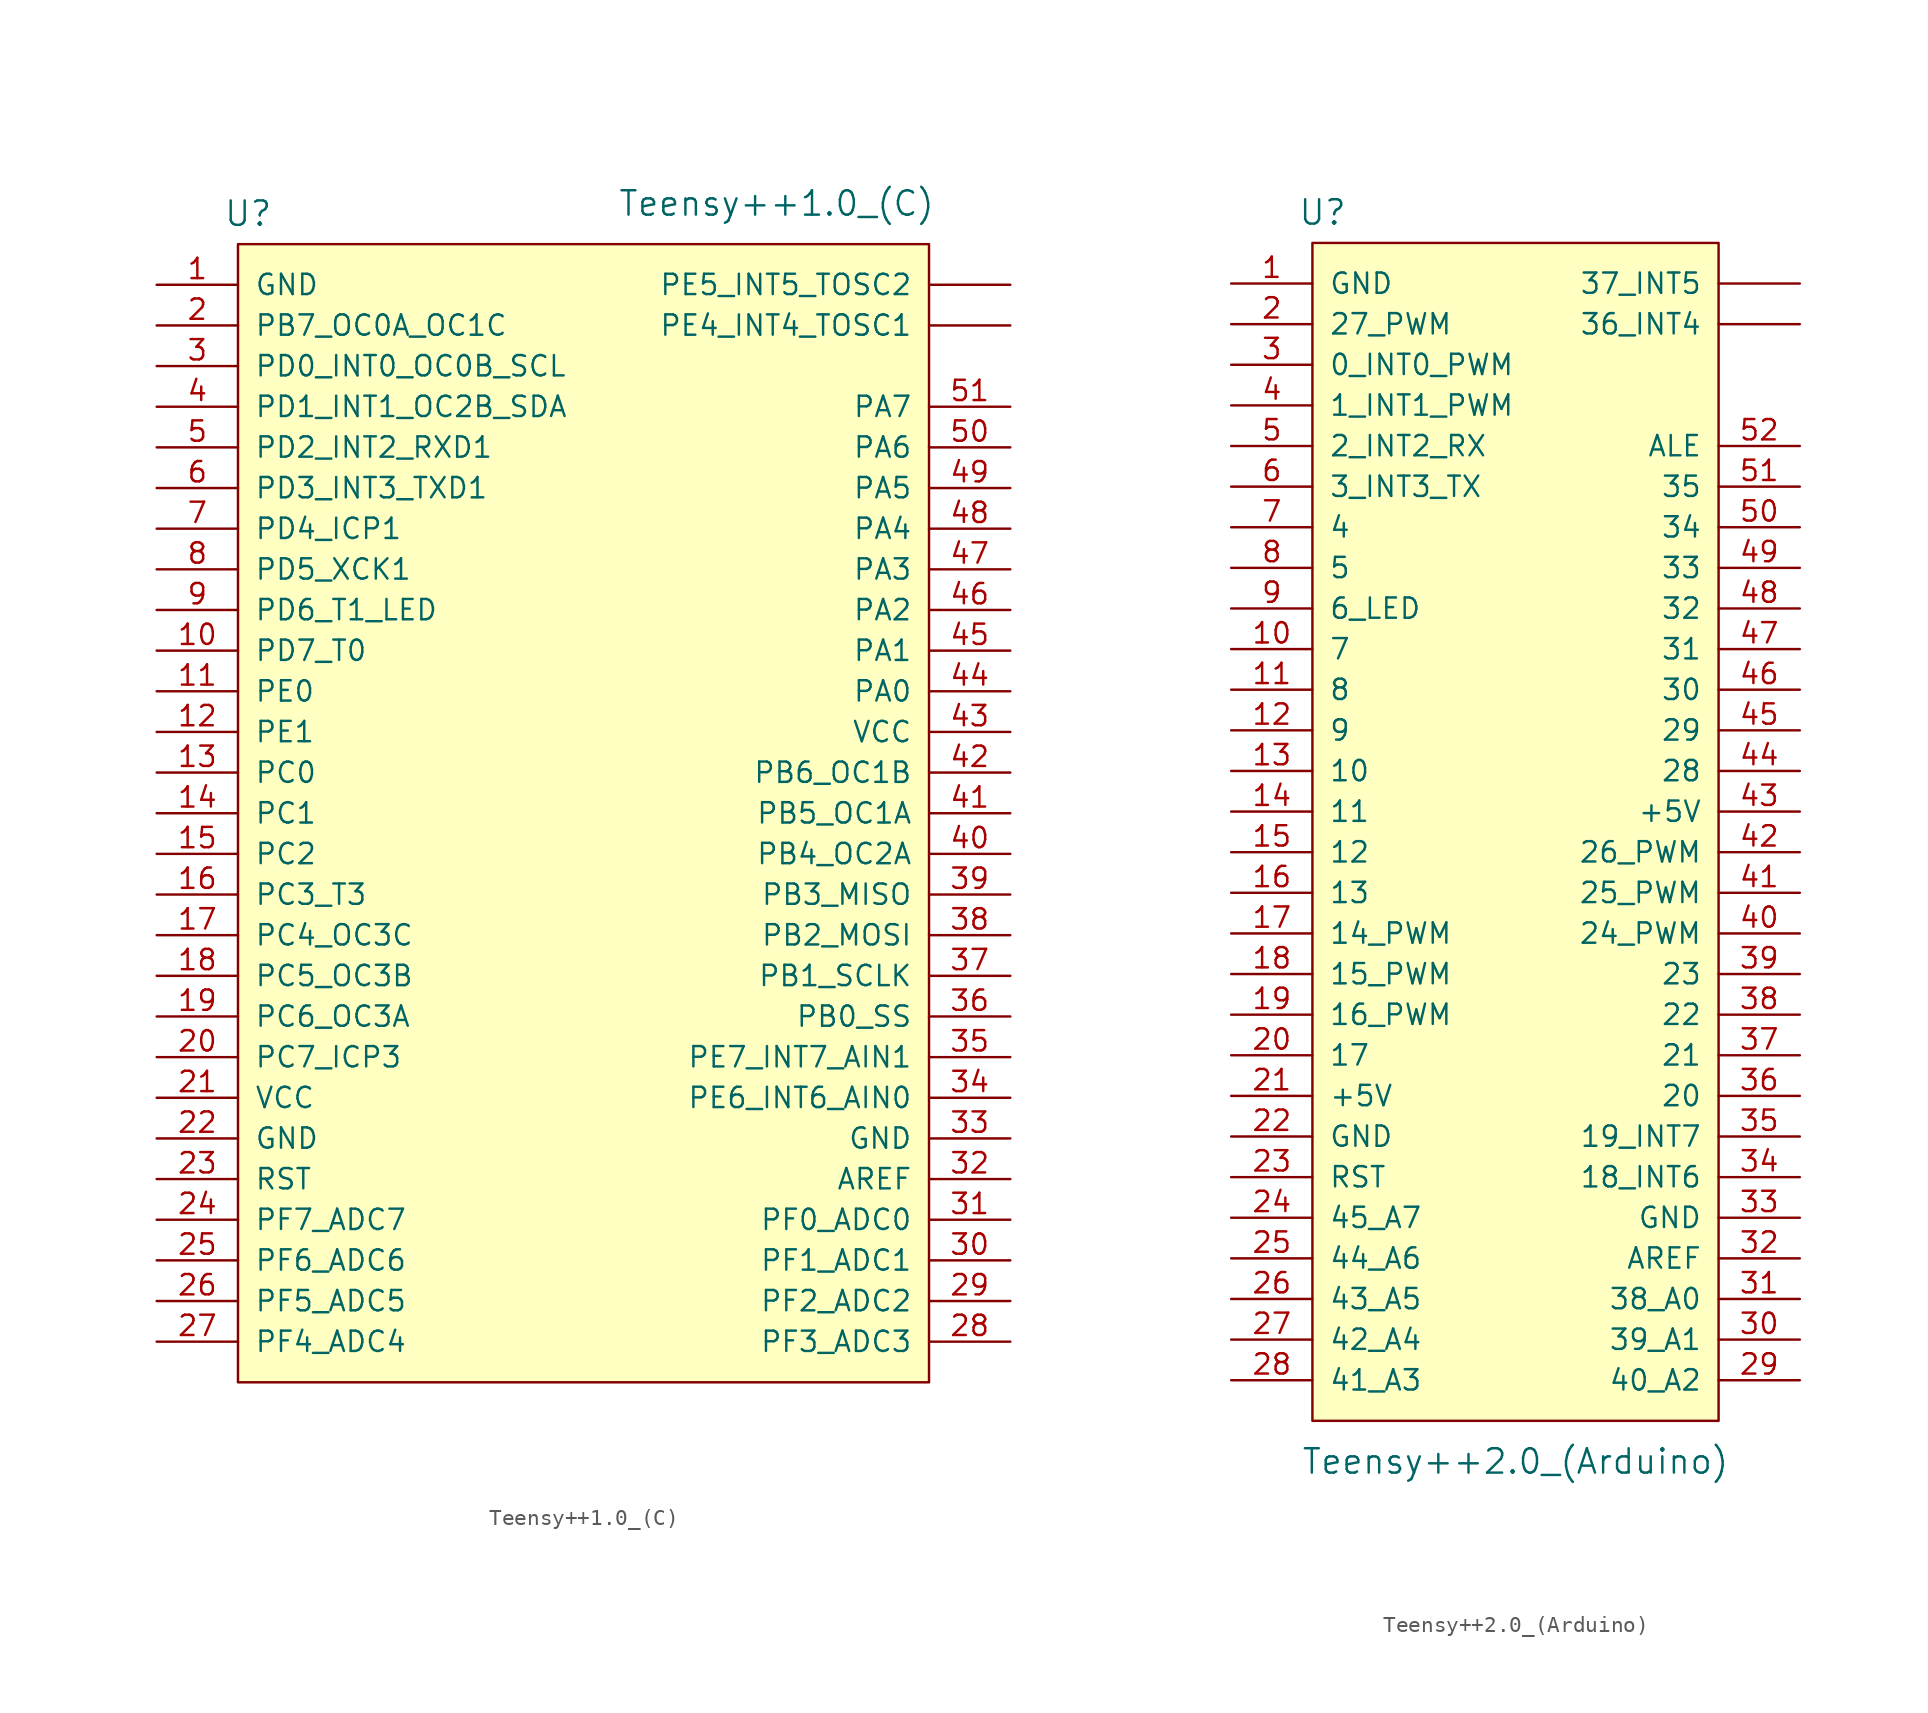
<source format=kicad_sym>
(kicad_symbol_lib
  (version 20231120)
  (generator "kicad_symbol_editor")
  (generator_version "8.0")
  (symbol "Teensy++1.0_(C)"
    (pin_names
      (offset 1.016))
    (property "Reference" "U"
      (at -20.955 37.465 0)
      (effects (font (size 1.524 1.524))))
    (property "Value" "Teensy++1.0_(C)"
      (at 12.065 38.1 0)
      (effects (font (size 1.524 1.524))))
    (symbol "Teensy++1.0_(C)_0_1"
      (rectangle (start -21.59 35.56) (end 21.59 -35.56) (stroke (width 0) (type default)) (fill (type background))))
    (symbol "Teensy++1.0_(C)_1_1"
      (pin power_in line (at -26.67 33.02 0) (length 5.08) (name "GND" (effects (font (size 1.27 1.27)))) (number "1" (effects (font (size 1.27 1.27)))))
      (pin bidirectional line (at -26.67 10.16 0) (length 5.08) (name "PD7_T0" (effects (font (size 1.27 1.27)))) (number "10" (effects (font (size 1.27 1.27)))))
      (pin bidirectional line (at -26.67 7.62 0) (length 5.08) (name "PE0" (effects (font (size 1.27 1.27)))) (number "11" (effects (font (size 1.27 1.27)))))
      (pin bidirectional line (at -26.67 5.08 0) (length 5.08) (name "PE1" (effects (font (size 1.27 1.27)))) (number "12" (effects (font (size 1.27 1.27)))))
      (pin bidirectional line (at -26.67 2.54 0) (length 5.08) (name "PC0" (effects (font (size 1.27 1.27)))) (number "13" (effects (font (size 1.27 1.27)))))
      (pin bidirectional line (at -26.67 0 0) (length 5.08) (name "PC1" (effects (font (size 1.27 1.27)))) (number "14" (effects (font (size 1.27 1.27)))))
      (pin bidirectional line (at -26.67 -2.54 0) (length 5.08) (name "PC2" (effects (font (size 1.27 1.27)))) (number "15" (effects (font (size 1.27 1.27)))))
      (pin bidirectional line (at -26.67 -5.08 0) (length 5.08) (name "PC3_T3" (effects (font (size 1.27 1.27)))) (number "16" (effects (font (size 1.27 1.27)))))
      (pin bidirectional line (at -26.67 -7.62 0) (length 5.08) (name "PC4_OC3C" (effects (font (size 1.27 1.27)))) (number "17" (effects (font (size 1.27 1.27)))))
      (pin bidirectional line (at -26.67 -10.16 0) (length 5.08) (name "PC5_OC3B" (effects (font (size 1.27 1.27)))) (number "18" (effects (font (size 1.27 1.27)))))
      (pin bidirectional line (at -26.67 -12.7 0) (length 5.08) (name "PC6_OC3A" (effects (font (size 1.27 1.27)))) (number "19" (effects (font (size 1.27 1.27)))))
      (pin bidirectional line (at -26.67 30.48 0) (length 5.08) (name "PB7_OC0A_OC1C" (effects (font (size 1.27 1.27)))) (number "2" (effects (font (size 1.27 1.27)))))
      (pin bidirectional line (at -26.67 -15.24 0) (length 5.08) (name "PC7_ICP3" (effects (font (size 1.27 1.27)))) (number "20" (effects (font (size 1.27 1.27)))))
      (pin power_in line (at -26.67 -17.78 0) (length 5.08) (name "VCC" (effects (font (size 1.27 1.27)))) (number "21" (effects (font (size 1.27 1.27)))))
      (pin power_in line (at -26.67 -20.32 0) (length 5.08) (name "GND" (effects (font (size 1.27 1.27)))) (number "22" (effects (font (size 1.27 1.27)))))
      (pin input line (at -26.67 -22.86 0) (length 5.08) (name "RST" (effects (font (size 1.27 1.27)))) (number "23" (effects (font (size 1.27 1.27)))))
      (pin bidirectional line (at -26.67 -25.4 0) (length 5.08) (name "PF7_ADC7" (effects (font (size 1.27 1.27)))) (number "24" (effects (font (size 1.27 1.27)))))
      (pin bidirectional line (at -26.67 -27.94 0) (length 5.08) (name "PF6_ADC6" (effects (font (size 1.27 1.27)))) (number "25" (effects (font (size 1.27 1.27)))))
      (pin bidirectional line (at -26.67 -30.48 0) (length 5.08) (name "PF5_ADC5" (effects (font (size 1.27 1.27)))) (number "26" (effects (font (size 1.27 1.27)))))
      (pin bidirectional line (at -26.67 -33.02 0) (length 5.08) (name "PF4_ADC4" (effects (font (size 1.27 1.27)))) (number "27" (effects (font (size 1.27 1.27)))))
      (pin bidirectional line (at 26.67 -33.02 180) (length 5.08) (name "PF3_ADC3" (effects (font (size 1.27 1.27)))) (number "28" (effects (font (size 1.27 1.27)))))
      (pin bidirectional line (at 26.67 -30.48 180) (length 5.08) (name "PF2_ADC2" (effects (font (size 1.27 1.27)))) (number "29" (effects (font (size 1.27 1.27)))))
      (pin bidirectional line (at -26.67 27.94 0) (length 5.08) (name "PD0_INT0_OC0B_SCL" (effects (font (size 1.27 1.27)))) (number "3" (effects (font (size 1.27 1.27)))))
      (pin bidirectional line (at 26.67 -27.94 180) (length 5.08) (name "PF1_ADC1" (effects (font (size 1.27 1.27)))) (number "30" (effects (font (size 1.27 1.27)))))
      (pin bidirectional line (at 26.67 -25.4 180) (length 5.08) (name "PF0_ADC0" (effects (font (size 1.27 1.27)))) (number "31" (effects (font (size 1.27 1.27)))))
      (pin input line (at 26.67 -22.86 180) (length 5.08) (name "AREF" (effects (font (size 1.27 1.27)))) (number "32" (effects (font (size 1.27 1.27)))))
      (pin power_in line (at 26.67 -20.32 180) (length 5.08) (name "GND" (effects (font (size 1.27 1.27)))) (number "33" (effects (font (size 1.27 1.27)))))
      (pin bidirectional line (at 26.67 -17.78 180) (length 5.08) (name "PE6_INT6_AIN0" (effects (font (size 1.27 1.27)))) (number "34" (effects (font (size 1.27 1.27)))))
      (pin bidirectional line (at 26.67 -15.24 180) (length 5.08) (name "PE7_INT7_AIN1" (effects (font (size 1.27 1.27)))) (number "35" (effects (font (size 1.27 1.27)))))
      (pin bidirectional line (at 26.67 -12.7 180) (length 5.08) (name "PB0_SS" (effects (font (size 1.27 1.27)))) (number "36" (effects (font (size 1.27 1.27)))))
      (pin bidirectional line (at 26.67 -10.16 180) (length 5.08) (name "PB1_SCLK" (effects (font (size 1.27 1.27)))) (number "37" (effects (font (size 1.27 1.27)))))
      (pin bidirectional line (at 26.67 -7.62 180) (length 5.08) (name "PB2_MOSI" (effects (font (size 1.27 1.27)))) (number "38" (effects (font (size 1.27 1.27)))))
      (pin bidirectional line (at 26.67 -5.08 180) (length 5.08) (name "PB3_MISO" (effects (font (size 1.27 1.27)))) (number "39" (effects (font (size 1.27 1.27)))))
      (pin bidirectional line (at -26.67 25.4 0) (length 5.08) (name "PD1_INT1_OC2B_SDA" (effects (font (size 1.27 1.27)))) (number "4" (effects (font (size 1.27 1.27)))))
      (pin bidirectional line (at 26.67 -2.54 180) (length 5.08) (name "PB4_OC2A" (effects (font (size 1.27 1.27)))) (number "40" (effects (font (size 1.27 1.27)))))
      (pin bidirectional line (at 26.67 0 180) (length 5.08) (name "PB5_OC1A" (effects (font (size 1.27 1.27)))) (number "41" (effects (font (size 1.27 1.27)))))
      (pin bidirectional line (at 26.67 2.54 180) (length 5.08) (name "PB6_OC1B" (effects (font (size 1.27 1.27)))) (number "42" (effects (font (size 1.27 1.27)))))
      (pin power_in line (at 26.67 5.08 180) (length 5.08) (name "VCC" (effects (font (size 1.27 1.27)))) (number "43" (effects (font (size 1.27 1.27)))))
      (pin bidirectional line (at 26.67 7.62 180) (length 5.08) (name "PA0" (effects (font (size 1.27 1.27)))) (number "44" (effects (font (size 1.27 1.27)))))
      (pin bidirectional line (at 26.67 10.16 180) (length 5.08) (name "PA1" (effects (font (size 1.27 1.27)))) (number "45" (effects (font (size 1.27 1.27)))))
      (pin bidirectional line (at 26.67 12.7 180) (length 5.08) (name "PA2" (effects (font (size 1.27 1.27)))) (number "46" (effects (font (size 1.27 1.27)))))
      (pin bidirectional line (at 26.67 15.24 180) (length 5.08) (name "PA3" (effects (font (size 1.27 1.27)))) (number "47" (effects (font (size 1.27 1.27)))))
      (pin bidirectional line (at 26.67 17.78 180) (length 5.08) (name "PA4" (effects (font (size 1.27 1.27)))) (number "48" (effects (font (size 1.27 1.27)))))
      (pin bidirectional line (at 26.67 20.32 180) (length 5.08) (name "PA5" (effects (font (size 1.27 1.27)))) (number "49" (effects (font (size 1.27 1.27)))))
      (pin bidirectional line (at -26.67 22.86 0) (length 5.08) (name "PD2_INT2_RXD1" (effects (font (size 1.27 1.27)))) (number "5" (effects (font (size 1.27 1.27)))))
      (pin bidirectional line (at 26.67 22.86 180) (length 5.08) (name "PA6" (effects (font (size 1.27 1.27)))) (number "50" (effects (font (size 1.27 1.27)))))
      (pin bidirectional line (at 26.67 25.4 180) (length 5.08) (name "PA7" (effects (font (size 1.27 1.27)))) (number "51" (effects (font (size 1.27 1.27)))))
      (pin bidirectional line (at -26.67 20.32 0) (length 5.08) (name "PD3_INT3_TXD1" (effects (font (size 1.27 1.27)))) (number "6" (effects (font (size 1.27 1.27)))))
      (pin bidirectional line (at -26.67 17.78 0) (length 5.08) (name "PD4_ICP1" (effects (font (size 1.27 1.27)))) (number "7" (effects (font (size 1.27 1.27)))))
      (pin bidirectional line (at -26.67 15.24 0) (length 5.08) (name "PD5_XCK1" (effects (font (size 1.27 1.27)))) (number "8" (effects (font (size 1.27 1.27)))))
      (pin bidirectional line (at -26.67 12.7 0) (length 5.08) (name "PD6_T1_LED" (effects (font (size 1.27 1.27)))) (number "9" (effects (font (size 1.27 1.27)))))
      (pin bidirectional line (at 26.67 30.48 180) (length 5.08) (name "PE4_INT4_TOSC1" (effects (font (size 1.27 1.27)))) (number "~" (effects (font (size 1.27 1.27)))))
      (pin bidirectional line (at 26.67 33.02 180) (length 5.08) (name "PE5_INT5_TOSC2" (effects (font (size 1.27 1.27)))) (number "~" (effects (font (size 1.27 1.27)))))))
  (symbol "Teensy++2.0_(Arduino)"
    (pin_names
      (offset 1.016))
    (property "Reference" "U"
      (at -12.065 38.735 0)
      (effects (font (size 1.524 1.524))))
    (property "Value" "Teensy++2.0_(Arduino)"
      (at 0 -39.37 0)
      (effects (font (size 1.524 1.524))))
    (symbol "Teensy++2.0_(Arduino)_0_1"
      (rectangle (start -12.7 36.83) (end 12.7 -36.83) (stroke (width 0) (type default)) (fill (type background))))
    (symbol "Teensy++2.0_(Arduino)_1_1"
      (pin power_in line (at -17.78 34.29 0) (length 5.08) (name "GND" (effects (font (size 1.27 1.27)))) (number "1" (effects (font (size 1.27 1.27)))))
      (pin bidirectional line (at -17.78 11.43 0) (length 5.08) (name "7" (effects (font (size 1.27 1.27)))) (number "10" (effects (font (size 1.27 1.27)))))
      (pin bidirectional line (at -17.78 8.89 0) (length 5.08) (name "8" (effects (font (size 1.27 1.27)))) (number "11" (effects (font (size 1.27 1.27)))))
      (pin bidirectional line (at -17.78 6.35 0) (length 5.08) (name "9" (effects (font (size 1.27 1.27)))) (number "12" (effects (font (size 1.27 1.27)))))
      (pin bidirectional line (at -17.78 3.81 0) (length 5.08) (name "10" (effects (font (size 1.27 1.27)))) (number "13" (effects (font (size 1.27 1.27)))))
      (pin bidirectional line (at -17.78 1.27 0) (length 5.08) (name "11" (effects (font (size 1.27 1.27)))) (number "14" (effects (font (size 1.27 1.27)))))
      (pin bidirectional line (at -17.78 -1.27 0) (length 5.08) (name "12" (effects (font (size 1.27 1.27)))) (number "15" (effects (font (size 1.27 1.27)))))
      (pin bidirectional line (at -17.78 -3.81 0) (length 5.08) (name "13" (effects (font (size 1.27 1.27)))) (number "16" (effects (font (size 1.27 1.27)))))
      (pin bidirectional line (at -17.78 -6.35 0) (length 5.08) (name "14_PWM" (effects (font (size 1.27 1.27)))) (number "17" (effects (font (size 1.27 1.27)))))
      (pin bidirectional line (at -17.78 -8.89 0) (length 5.08) (name "15_PWM" (effects (font (size 1.27 1.27)))) (number "18" (effects (font (size 1.27 1.27)))))
      (pin bidirectional line (at -17.78 -11.43 0) (length 5.08) (name "16_PWM" (effects (font (size 1.27 1.27)))) (number "19" (effects (font (size 1.27 1.27)))))
      (pin bidirectional line (at -17.78 31.75 0) (length 5.08) (name "27_PWM" (effects (font (size 1.27 1.27)))) (number "2" (effects (font (size 1.27 1.27)))))
      (pin bidirectional line (at -17.78 -13.97 0) (length 5.08) (name "17" (effects (font (size 1.27 1.27)))) (number "20" (effects (font (size 1.27 1.27)))))
      (pin power_in line (at -17.78 -16.51 0) (length 5.08) (name "+5V" (effects (font (size 1.27 1.27)))) (number "21" (effects (font (size 1.27 1.27)))))
      (pin power_in line (at -17.78 -19.05 0) (length 5.08) (name "GND" (effects (font (size 1.27 1.27)))) (number "22" (effects (font (size 1.27 1.27)))))
      (pin input line (at -17.78 -21.59 0) (length 5.08) (name "RST" (effects (font (size 1.27 1.27)))) (number "23" (effects (font (size 1.27 1.27)))))
      (pin bidirectional line (at -17.78 -24.13 0) (length 5.08) (name "45_A7" (effects (font (size 1.27 1.27)))) (number "24" (effects (font (size 1.27 1.27)))))
      (pin bidirectional line (at -17.78 -26.67 0) (length 5.08) (name "44_A6" (effects (font (size 1.27 1.27)))) (number "25" (effects (font (size 1.27 1.27)))))
      (pin bidirectional line (at -17.78 -29.21 0) (length 5.08) (name "43_A5" (effects (font (size 1.27 1.27)))) (number "26" (effects (font (size 1.27 1.27)))))
      (pin bidirectional line (at -17.78 -31.75 0) (length 5.08) (name "42_A4" (effects (font (size 1.27 1.27)))) (number "27" (effects (font (size 1.27 1.27)))))
      (pin bidirectional line (at -17.78 -34.29 0) (length 5.08) (name "41_A3" (effects (font (size 1.27 1.27)))) (number "28" (effects (font (size 1.27 1.27)))))
      (pin bidirectional line (at 17.78 -34.29 180) (length 5.08) (name "40_A2" (effects (font (size 1.27 1.27)))) (number "29" (effects (font (size 1.27 1.27)))))
      (pin bidirectional line (at -17.78 29.21 0) (length 5.08) (name "0_INT0_PWM" (effects (font (size 1.27 1.27)))) (number "3" (effects (font (size 1.27 1.27)))))
      (pin bidirectional line (at 17.78 -31.75 180) (length 5.08) (name "39_A1" (effects (font (size 1.27 1.27)))) (number "30" (effects (font (size 1.27 1.27)))))
      (pin bidirectional line (at 17.78 -29.21 180) (length 5.08) (name "38_A0" (effects (font (size 1.27 1.27)))) (number "31" (effects (font (size 1.27 1.27)))))
      (pin input line (at 17.78 -26.67 180) (length 5.08) (name "AREF" (effects (font (size 1.27 1.27)))) (number "32" (effects (font (size 1.27 1.27)))))
      (pin power_in line (at 17.78 -24.13 180) (length 5.08) (name "GND" (effects (font (size 1.27 1.27)))) (number "33" (effects (font (size 1.27 1.27)))))
      (pin bidirectional line (at 17.78 -21.59 180) (length 5.08) (name "18_INT6" (effects (font (size 1.27 1.27)))) (number "34" (effects (font (size 1.27 1.27)))))
      (pin bidirectional line (at 17.78 -19.05 180) (length 5.08) (name "19_INT7" (effects (font (size 1.27 1.27)))) (number "35" (effects (font (size 1.27 1.27)))))
      (pin bidirectional line (at 17.78 -16.51 180) (length 5.08) (name "20" (effects (font (size 1.27 1.27)))) (number "36" (effects (font (size 1.27 1.27)))))
      (pin bidirectional line (at 17.78 -13.97 180) (length 5.08) (name "21" (effects (font (size 1.27 1.27)))) (number "37" (effects (font (size 1.27 1.27)))))
      (pin bidirectional line (at 17.78 -11.43 180) (length 5.08) (name "22" (effects (font (size 1.27 1.27)))) (number "38" (effects (font (size 1.27 1.27)))))
      (pin bidirectional line (at 17.78 -8.89 180) (length 5.08) (name "23" (effects (font (size 1.27 1.27)))) (number "39" (effects (font (size 1.27 1.27)))))
      (pin bidirectional line (at -17.78 26.67 0) (length 5.08) (name "1_INT1_PWM" (effects (font (size 1.27 1.27)))) (number "4" (effects (font (size 1.27 1.27)))))
      (pin bidirectional line (at 17.78 -6.35 180) (length 5.08) (name "24_PWM" (effects (font (size 1.27 1.27)))) (number "40" (effects (font (size 1.27 1.27)))))
      (pin bidirectional line (at 17.78 -3.81 180) (length 5.08) (name "25_PWM" (effects (font (size 1.27 1.27)))) (number "41" (effects (font (size 1.27 1.27)))))
      (pin bidirectional line (at 17.78 -1.27 180) (length 5.08) (name "26_PWM" (effects (font (size 1.27 1.27)))) (number "42" (effects (font (size 1.27 1.27)))))
      (pin power_in line (at 17.78 1.27 180) (length 5.08) (name "+5V" (effects (font (size 1.27 1.27)))) (number "43" (effects (font (size 1.27 1.27)))))
      (pin bidirectional line (at 17.78 3.81 180) (length 5.08) (name "28" (effects (font (size 1.27 1.27)))) (number "44" (effects (font (size 1.27 1.27)))))
      (pin bidirectional line (at 17.78 6.35 180) (length 5.08) (name "29" (effects (font (size 1.27 1.27)))) (number "45" (effects (font (size 1.27 1.27)))))
      (pin bidirectional line (at 17.78 8.89 180) (length 5.08) (name "30" (effects (font (size 1.27 1.27)))) (number "46" (effects (font (size 1.27 1.27)))))
      (pin bidirectional line (at 17.78 11.43 180) (length 5.08) (name "31" (effects (font (size 1.27 1.27)))) (number "47" (effects (font (size 1.27 1.27)))))
      (pin bidirectional line (at 17.78 13.97 180) (length 5.08) (name "32" (effects (font (size 1.27 1.27)))) (number "48" (effects (font (size 1.27 1.27)))))
      (pin bidirectional line (at 17.78 16.51 180) (length 5.08) (name "33" (effects (font (size 1.27 1.27)))) (number "49" (effects (font (size 1.27 1.27)))))
      (pin bidirectional line (at -17.78 24.13 0) (length 5.08) (name "2_INT2_RX" (effects (font (size 1.27 1.27)))) (number "5" (effects (font (size 1.27 1.27)))))
      (pin bidirectional line (at 17.78 19.05 180) (length 5.08) (name "34" (effects (font (size 1.27 1.27)))) (number "50" (effects (font (size 1.27 1.27)))))
      (pin bidirectional line (at 17.78 21.59 180) (length 5.08) (name "35" (effects (font (size 1.27 1.27)))) (number "51" (effects (font (size 1.27 1.27)))))
      (pin input line (at 17.78 24.13 180) (length 5.08) (name "ALE" (effects (font (size 1.27 1.27)))) (number "52" (effects (font (size 1.27 1.27)))))
      (pin bidirectional line (at -17.78 21.59 0) (length 5.08) (name "3_INT3_TX" (effects (font (size 1.27 1.27)))) (number "6" (effects (font (size 1.27 1.27)))))
      (pin bidirectional line (at -17.78 19.05 0) (length 5.08) (name "4" (effects (font (size 1.27 1.27)))) (number "7" (effects (font (size 1.27 1.27)))))
      (pin bidirectional line (at -17.78 16.51 0) (length 5.08) (name "5" (effects (font (size 1.27 1.27)))) (number "8" (effects (font (size 1.27 1.27)))))
      (pin bidirectional line (at -17.78 13.97 0) (length 5.08) (name "6_LED" (effects (font (size 1.27 1.27)))) (number "9" (effects (font (size 1.27 1.27)))))
      (pin bidirectional line (at 17.78 31.75 180) (length 5.08) (name "36_INT4" (effects (font (size 1.27 1.27)))) (number "~" (effects (font (size 1.27 1.27)))))
      (pin bidirectional line (at 17.78 34.29 180) (length 5.08) (name "37_INT5" (effects (font (size 1.27 1.27)))) (number "~" (effects (font (size 1.27 1.27))))))))
</source>
